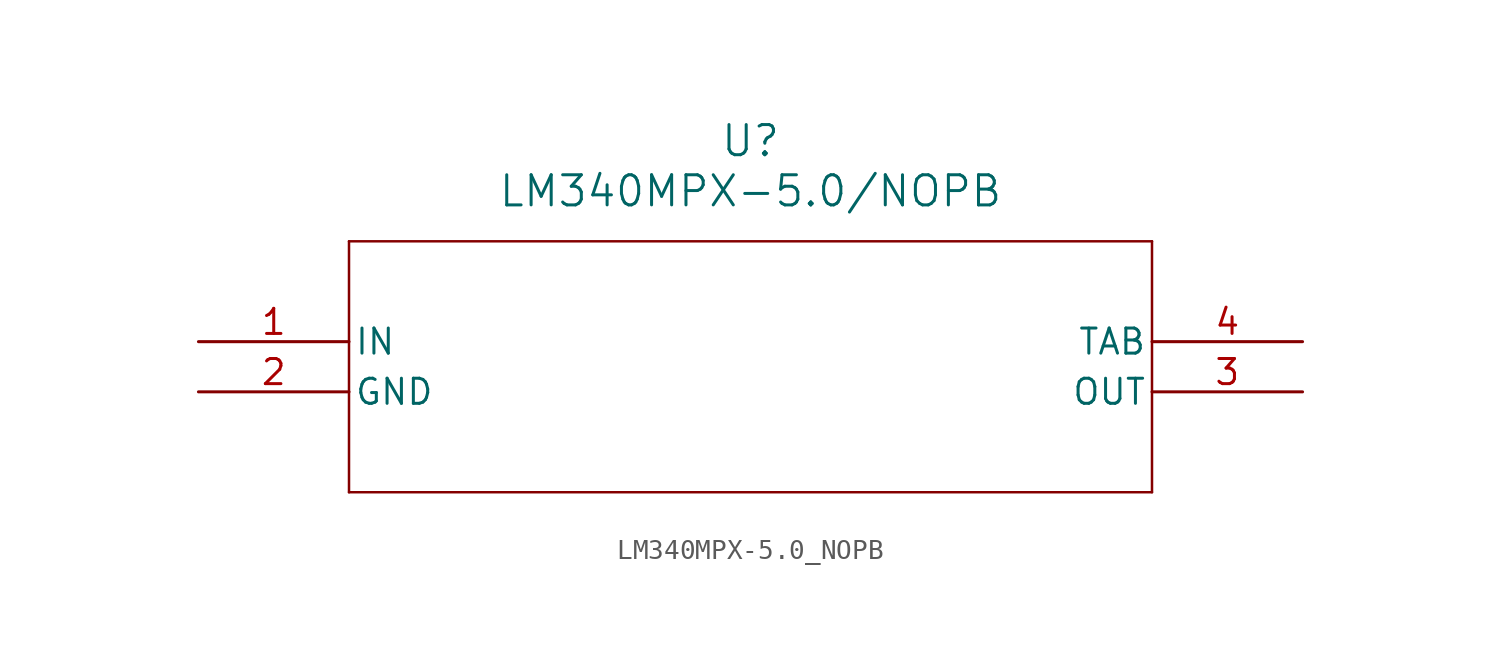
<source format=kicad_sym>
(kicad_symbol_lib
  (version 20211014)
  (generator kicad_symbol_editor)
  (symbol "LM340MPX-5.0_NOPB"
    (pin_names
      (offset 0.254))
    (property "Reference" "U"
      (at 27.94 10.16 0)
      (effects (font (size 1.524 1.524))))
    (property "Value" "LM340MPX-5.0/NOPB"
      (at 27.94 7.62 0)
      (effects (font (size 1.524 1.524))))
    (symbol "LM340MPX-5.0_NOPB_0_1"
      (polyline (pts (xy 7.62 5.08) (xy 7.62 -7.62)) (stroke (width 0.127) (type default) (color 0 0 0 0)) (fill (type none)))
      (polyline (pts (xy 7.62 -7.62) (xy 48.26 -7.62)) (stroke (width 0.127) (type default) (color 0 0 0 0)) (fill (type none)))
      (polyline (pts (xy 48.26 -7.62) (xy 48.26 5.08)) (stroke (width 0.127) (type default) (color 0 0 0 0)) (fill (type none)))
      (polyline (pts (xy 48.26 5.08) (xy 7.62 5.08)) (stroke (width 0.127) (type default) (color 0 0 0 0)) (fill (type none)))
      (pin power_in line (at 0 0 0) (length 7.62) (name "IN" (effects (font (size 1.27 1.27)))) (number "1" (effects (font (size 1.27 1.27)))))
      (pin power_in line (at 0 -2.54 0) (length 7.62) (name "GND" (effects (font (size 1.27 1.27)))) (number "2" (effects (font (size 1.27 1.27)))))
      (pin power_in line (at 55.88 -2.54 180) (length 7.62) (name "OUT" (effects (font (size 1.27 1.27)))) (number "3" (effects (font (size 1.27 1.27)))))
      (pin power_in line (at 55.88 0 180) (length 7.62) (name "TAB" (effects (font (size 1.27 1.27)))) (number "4" (effects (font (size 1.27 1.27))))))))
</source>
